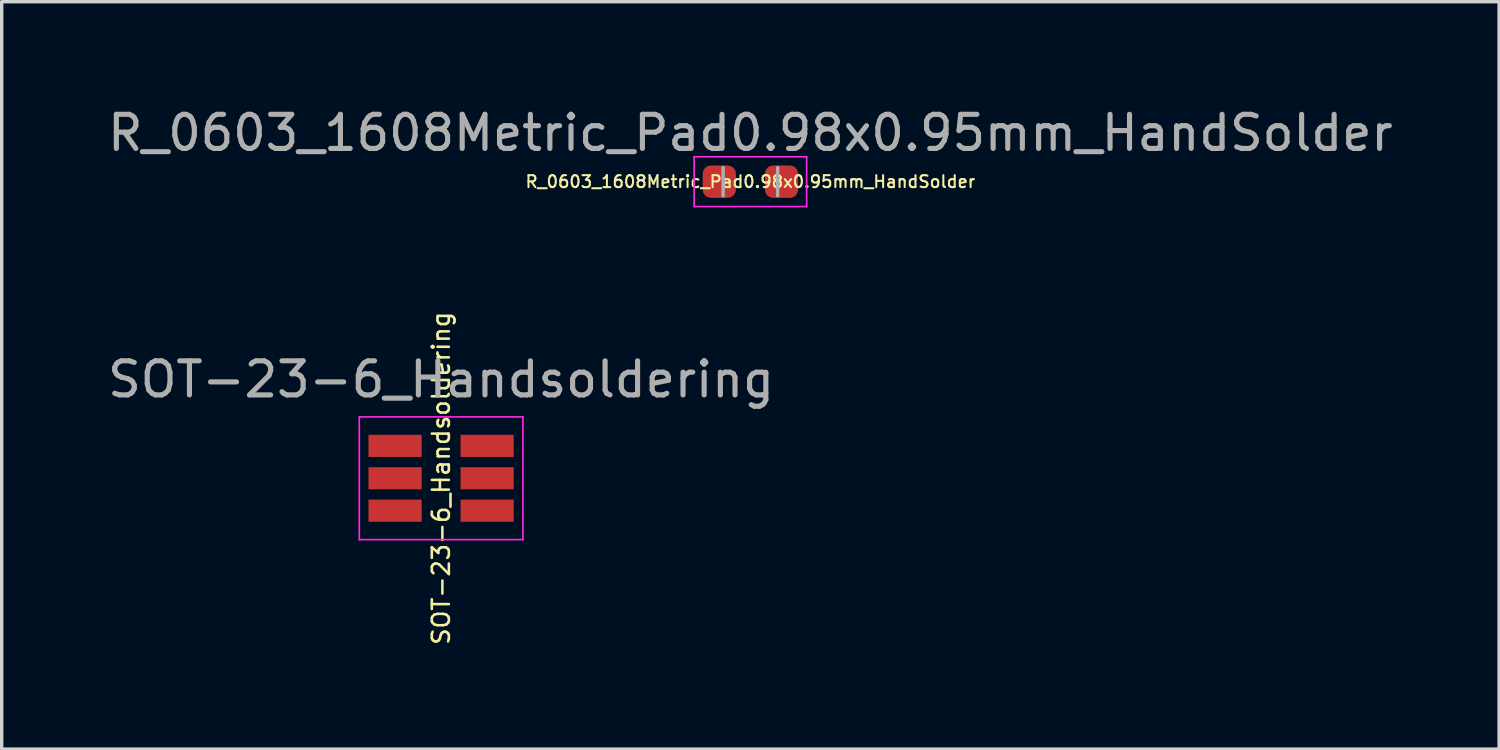
<source format=kicad_pcb>
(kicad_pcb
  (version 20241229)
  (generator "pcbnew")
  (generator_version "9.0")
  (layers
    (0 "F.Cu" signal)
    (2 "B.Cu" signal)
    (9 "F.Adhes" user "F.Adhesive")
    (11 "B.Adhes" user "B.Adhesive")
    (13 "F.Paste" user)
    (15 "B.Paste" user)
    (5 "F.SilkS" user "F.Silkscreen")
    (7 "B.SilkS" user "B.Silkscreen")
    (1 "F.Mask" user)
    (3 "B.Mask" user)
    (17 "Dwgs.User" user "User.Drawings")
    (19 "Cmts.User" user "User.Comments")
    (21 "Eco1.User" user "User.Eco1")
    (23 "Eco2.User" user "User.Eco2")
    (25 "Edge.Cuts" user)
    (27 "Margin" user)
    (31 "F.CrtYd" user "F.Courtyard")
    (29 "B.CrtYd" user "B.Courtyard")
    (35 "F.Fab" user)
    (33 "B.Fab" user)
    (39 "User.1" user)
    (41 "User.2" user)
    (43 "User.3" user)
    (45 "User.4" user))
  (footprint "R_0603_1608Metric_Pad0.98x0.95mm_HandSolder"
    (layer "F.Cu")
    (at 18.958 2.278)
    (property "Reference" "R_0603_1608Metric_Pad0.98x0.95mm_HandSolder" (at 0 -1.43 0) (layer "F.Fab") (effects (font (size 1 1) (thickness 0.15))))
    (attr smd)
    (fp_line (start -1.65 -0.73) (end 1.65 -0.73) (stroke (width 0.05) (type solid)) (layer "F.CrtYd"))
    (fp_line (start -1.65 0.73) (end -1.65 -0.73) (stroke (width 0.05) (type solid)) (layer "F.CrtYd"))
    (fp_line (start 1.65 -0.73) (end 1.65 0.73) (stroke (width 0.05) (type solid)) (layer "F.CrtYd"))
    (fp_line (start 1.65 0.73) (end -1.65 0.73) (stroke (width 0.05) (type solid)) (layer "F.CrtYd"))
    (fp_line (start -0.8 0.412) (end -0.8 -0.412) (stroke (width 0.1) (type solid)) (layer "F.Fab"))
    (fp_line (start 0.8 -0.412) (end 0.8 0.412) (stroke (width 0.1) (type solid)) (layer "F.Fab"))
    (fp_text user "${REFERENCE}" (at 0 0 0) (layer "F.SilkS") (effects (font (size 0.35 0.35) (thickness 0.06))))
    (pad "1" smd roundrect (at -0.912 0) (size 0.975 0.95) (layers "F.Cu" "F.Mask" "F.Paste") (roundrect_rratio 0.25))
    (pad "2" smd roundrect (at 0.912 0) (size 0.975 0.95) (layers "F.Cu" "F.Mask" "F.Paste") (roundrect_rratio 0.25)))
  (footprint "SOT-23-6_Handsoldering"
    (layer "F.Cu")
    (at 9.887 10.977)
    (property "Reference" "SOT-23-6_Handsoldering" (at 0 -2.9 0) (layer "F.Fab") (effects (font (size 1 1) (thickness 0.15))))
    (attr smd)
    (fp_line (start -2.4 -1.8) (end 2.4 -1.8) (stroke (width 0.05) (type solid)) (layer "F.CrtYd"))
    (fp_line (start -2.4 1.8) (end -2.4 -1.8) (stroke (width 0.05) (type solid)) (layer "F.CrtYd"))
    (fp_line (start 2.4 -1.8) (end 2.4 1.8) (stroke (width 0.05) (type solid)) (layer "F.CrtYd"))
    (fp_line (start 2.4 1.8) (end -2.4 1.8) (stroke (width 0.05) (type solid)) (layer "F.CrtYd"))
    (fp_text user "${REFERENCE}" (at 0 0 90) (layer "F.SilkS") (effects (font (size 0.5 0.5) (thickness 0.075))))
    (pad "1" smd rect (at -1.35 -0.95) (size 1.56 0.65) (layers "F.Cu" "F.Mask" "F.Paste"))
    (pad "2" smd rect (at -1.35 0) (size 1.56 0.65) (layers "F.Cu" "F.Mask" "F.Paste"))
    (pad "3" smd rect (at -1.35 0.95) (size 1.56 0.65) (layers "F.Cu" "F.Mask" "F.Paste"))
    (pad "4" smd rect (at 1.35 0.95) (size 1.56 0.65) (layers "F.Cu" "F.Mask" "F.Paste"))
    (pad "5" smd rect (at 1.35 0) (size 1.56 0.65) (layers "F.Cu" "F.Mask" "F.Paste"))
    (pad "6" smd rect (at 1.35 -0.95) (size 1.56 0.65) (layers "F.Cu" "F.Mask" "F.Paste")))
  (gr_rect
    (start -3 -3)
    (end 40.917 18.92)
    (stroke (width 0.1) (type default))
    (fill no)
    (layer "Edge.Cuts")))
</source>
